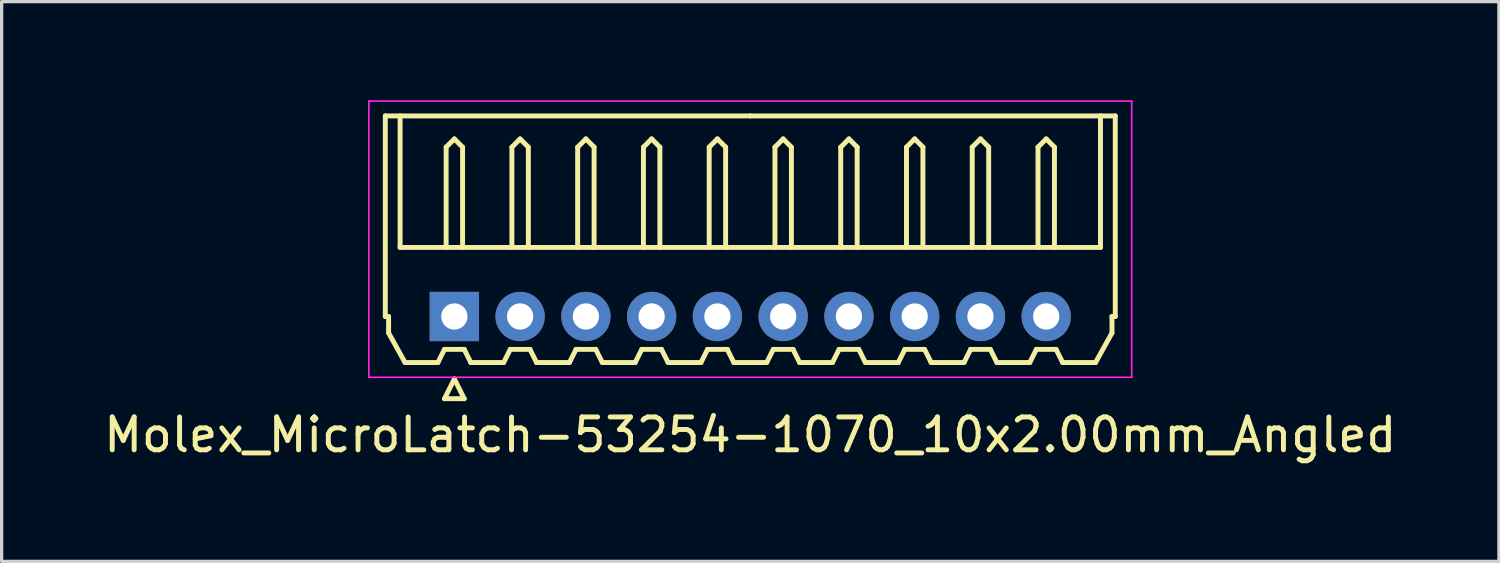
<source format=kicad_pcb>
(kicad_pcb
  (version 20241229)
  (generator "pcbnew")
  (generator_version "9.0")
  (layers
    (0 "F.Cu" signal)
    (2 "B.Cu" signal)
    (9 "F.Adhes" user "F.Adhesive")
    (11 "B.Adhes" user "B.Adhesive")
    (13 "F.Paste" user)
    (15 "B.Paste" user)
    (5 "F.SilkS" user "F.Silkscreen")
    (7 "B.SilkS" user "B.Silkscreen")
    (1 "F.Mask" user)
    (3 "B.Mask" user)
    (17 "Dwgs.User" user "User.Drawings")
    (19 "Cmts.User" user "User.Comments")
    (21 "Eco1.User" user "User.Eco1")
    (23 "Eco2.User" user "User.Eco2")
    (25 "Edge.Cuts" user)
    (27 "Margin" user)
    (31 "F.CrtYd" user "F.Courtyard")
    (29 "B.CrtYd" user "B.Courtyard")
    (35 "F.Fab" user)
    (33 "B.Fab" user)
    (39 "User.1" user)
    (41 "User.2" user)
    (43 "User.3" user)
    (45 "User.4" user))
  (footprint "Molex_MicroLatch-53254-1070_10x2.00mm_Angled"
    (layer "F.Cu")
    (at 10.768 6.575)
    (property "Reference" "Molex_MicroLatch-53254-1070_10x2.00mm_Angled" (at 9 3.6 0) (layer "F.SilkS") (effects (font (size 1 1) (thickness 0.15))))
    (attr through_hole)
    (fp_line (start -2.1 -6.1) (end 9 -6.1) (stroke (width 0.15) (type solid)) (layer "F.SilkS"))
    (fp_line (start -2.1 0) (end -2.1 -6.1) (stroke (width 0.15) (type solid)) (layer "F.SilkS"))
    (fp_line (start -2 0) (end -2.1 0) (stroke (width 0.15) (type solid)) (layer "F.SilkS"))
    (fp_line (start -2 0.5) (end -2 0) (stroke (width 0.15) (type solid)) (layer "F.SilkS"))
    (fp_line (start -1.65 -6.1) (end -1.65 -2.1) (stroke (width 0.15) (type solid)) (layer "F.SilkS"))
    (fp_line (start -1.65 -2.1) (end 19.65 -2.1) (stroke (width 0.15) (type solid)) (layer "F.SilkS"))
    (fp_line (start -1.5 1.4) (end -2 0.5) (stroke (width 0.15) (type solid)) (layer "F.SilkS"))
    (fp_line (start -0.5 1.4) (end -1.5 1.4) (stroke (width 0.15) (type solid)) (layer "F.SilkS"))
    (fp_line (start -0.3 1) (end -0.5 1.4) (stroke (width 0.15) (type solid)) (layer "F.SilkS"))
    (fp_line (start -0.3 1) (end 0.3 1) (stroke (width 0.15) (type solid)) (layer "F.SilkS"))
    (fp_line (start -0.3 2.5) (end 0.3 2.5) (stroke (width 0.15) (type solid)) (layer "F.SilkS"))
    (fp_line (start -0.25 -5.15) (end 0 -5.4) (stroke (width 0.15) (type solid)) (layer "F.SilkS"))
    (fp_line (start -0.25 -2.1) (end -0.25 -5.15) (stroke (width 0.15) (type solid)) (layer "F.SilkS"))
    (fp_line (start 0 -5.4) (end 0.25 -5.15) (stroke (width 0.15) (type solid)) (layer "F.SilkS"))
    (fp_line (start 0 1.9) (end -0.3 2.5) (stroke (width 0.15) (type solid)) (layer "F.SilkS"))
    (fp_line (start 0.25 -5.15) (end 0.25 -2.1) (stroke (width 0.15) (type solid)) (layer "F.SilkS"))
    (fp_line (start 0.3 1) (end 0.5 1.4) (stroke (width 0.15) (type solid)) (layer "F.SilkS"))
    (fp_line (start 0.3 2.5) (end 0 1.9) (stroke (width 0.15) (type solid)) (layer "F.SilkS"))
    (fp_line (start 0.5 1.4) (end 1.5 1.4) (stroke (width 0.15) (type solid)) (layer "F.SilkS"))
    (fp_line (start 1.5 1.4) (end 1.7 1) (stroke (width 0.15) (type solid)) (layer "F.SilkS"))
    (fp_line (start 1.7 1) (end 2.3 1) (stroke (width 0.15) (type solid)) (layer "F.SilkS"))
    (fp_line (start 1.75 -5.15) (end 2 -5.4) (stroke (width 0.15) (type solid)) (layer "F.SilkS"))
    (fp_line (start 1.75 -2.1) (end 1.75 -5.15) (stroke (width 0.15) (type solid)) (layer "F.SilkS"))
    (fp_line (start 2 -5.4) (end 2.25 -5.15) (stroke (width 0.15) (type solid)) (layer "F.SilkS"))
    (fp_line (start 2.25 -5.15) (end 2.25 -2.1) (stroke (width 0.15) (type solid)) (layer "F.SilkS"))
    (fp_line (start 2.3 1) (end 2.5 1.4) (stroke (width 0.15) (type solid)) (layer "F.SilkS"))
    (fp_line (start 2.5 1.4) (end 3.5 1.4) (stroke (width 0.15) (type solid)) (layer "F.SilkS"))
    (fp_line (start 3.5 1.4) (end 3.7 1) (stroke (width 0.15) (type solid)) (layer "F.SilkS"))
    (fp_line (start 3.7 1) (end 4.3 1) (stroke (width 0.15) (type solid)) (layer "F.SilkS"))
    (fp_line (start 3.75 -5.15) (end 4 -5.4) (stroke (width 0.15) (type solid)) (layer "F.SilkS"))
    (fp_line (start 3.75 -2.1) (end 3.75 -5.15) (stroke (width 0.15) (type solid)) (layer "F.SilkS"))
    (fp_line (start 4 -5.4) (end 4.25 -5.15) (stroke (width 0.15) (type solid)) (layer "F.SilkS"))
    (fp_line (start 4.25 -5.15) (end 4.25 -2.1) (stroke (width 0.15) (type solid)) (layer "F.SilkS"))
    (fp_line (start 4.3 1) (end 4.5 1.4) (stroke (width 0.15) (type solid)) (layer "F.SilkS"))
    (fp_line (start 4.5 1.4) (end 5.5 1.4) (stroke (width 0.15) (type solid)) (layer "F.SilkS"))
    (fp_line (start 5.5 1.4) (end 5.7 1) (stroke (width 0.15) (type solid)) (layer "F.SilkS"))
    (fp_line (start 5.7 1) (end 6.3 1) (stroke (width 0.15) (type solid)) (layer "F.SilkS"))
    (fp_line (start 5.75 -5.15) (end 6 -5.4) (stroke (width 0.15) (type solid)) (layer "F.SilkS"))
    (fp_line (start 5.75 -2.1) (end 5.75 -5.15) (stroke (width 0.15) (type solid)) (layer "F.SilkS"))
    (fp_line (start 6 -5.4) (end 6.25 -5.15) (stroke (width 0.15) (type solid)) (layer "F.SilkS"))
    (fp_line (start 6.25 -5.15) (end 6.25 -2.1) (stroke (width 0.15) (type solid)) (layer "F.SilkS"))
    (fp_line (start 6.3 1) (end 6.5 1.4) (stroke (width 0.15) (type solid)) (layer "F.SilkS"))
    (fp_line (start 6.5 1.4) (end 7.5 1.4) (stroke (width 0.15) (type solid)) (layer "F.SilkS"))
    (fp_line (start 7.5 1.4) (end 7.7 1) (stroke (width 0.15) (type solid)) (layer "F.SilkS"))
    (fp_line (start 7.7 1) (end 8.3 1) (stroke (width 0.15) (type solid)) (layer "F.SilkS"))
    (fp_line (start 7.75 -5.15) (end 8 -5.4) (stroke (width 0.15) (type solid)) (layer "F.SilkS"))
    (fp_line (start 7.75 -2.1) (end 7.75 -5.15) (stroke (width 0.15) (type solid)) (layer "F.SilkS"))
    (fp_line (start 8 -5.4) (end 8.25 -5.15) (stroke (width 0.15) (type solid)) (layer "F.SilkS"))
    (fp_line (start 8.25 -5.15) (end 8.25 -2.1) (stroke (width 0.15) (type solid)) (layer "F.SilkS"))
    (fp_line (start 8.3 1) (end 8.5 1.4) (stroke (width 0.15) (type solid)) (layer "F.SilkS"))
    (fp_line (start 8.5 1.4) (end 9.5 1.4) (stroke (width 0.15) (type solid)) (layer "F.SilkS"))
    (fp_line (start 9.5 1.4) (end 9.7 1) (stroke (width 0.15) (type solid)) (layer "F.SilkS"))
    (fp_line (start 9.7 1) (end 10.3 1) (stroke (width 0.15) (type solid)) (layer "F.SilkS"))
    (fp_line (start 9.75 -5.15) (end 10 -5.4) (stroke (width 0.15) (type solid)) (layer "F.SilkS"))
    (fp_line (start 9.75 -2.1) (end 9.75 -5.15) (stroke (width 0.15) (type solid)) (layer "F.SilkS"))
    (fp_line (start 10 -5.4) (end 10.25 -5.15) (stroke (width 0.15) (type solid)) (layer "F.SilkS"))
    (fp_line (start 10.25 -5.15) (end 10.25 -2.1) (stroke (width 0.15) (type solid)) (layer "F.SilkS"))
    (fp_line (start 10.3 1) (end 10.5 1.4) (stroke (width 0.15) (type solid)) (layer "F.SilkS"))
    (fp_line (start 10.5 1.4) (end 11.5 1.4) (stroke (width 0.15) (type solid)) (layer "F.SilkS"))
    (fp_line (start 11.5 1.4) (end 11.7 1) (stroke (width 0.15) (type solid)) (layer "F.SilkS"))
    (fp_line (start 11.7 1) (end 12.3 1) (stroke (width 0.15) (type solid)) (layer "F.SilkS"))
    (fp_line (start 11.75 -5.15) (end 12 -5.4) (stroke (width 0.15) (type solid)) (layer "F.SilkS"))
    (fp_line (start 11.75 -2.1) (end 11.75 -5.15) (stroke (width 0.15) (type solid)) (layer "F.SilkS"))
    (fp_line (start 12 -5.4) (end 12.25 -5.15) (stroke (width 0.15) (type solid)) (layer "F.SilkS"))
    (fp_line (start 12.25 -5.15) (end 12.25 -2.1) (stroke (width 0.15) (type solid)) (layer "F.SilkS"))
    (fp_line (start 12.3 1) (end 12.5 1.4) (stroke (width 0.15) (type solid)) (layer "F.SilkS"))
    (fp_line (start 12.5 1.4) (end 13.5 1.4) (stroke (width 0.15) (type solid)) (layer "F.SilkS"))
    (fp_line (start 13.5 1.4) (end 13.7 1) (stroke (width 0.15) (type solid)) (layer "F.SilkS"))
    (fp_line (start 13.7 1) (end 14.3 1) (stroke (width 0.15) (type solid)) (layer "F.SilkS"))
    (fp_line (start 13.75 -5.15) (end 14 -5.4) (stroke (width 0.15) (type solid)) (layer "F.SilkS"))
    (fp_line (start 13.75 -2.1) (end 13.75 -5.15) (stroke (width 0.15) (type solid)) (layer "F.SilkS"))
    (fp_line (start 14 -5.4) (end 14.25 -5.15) (stroke (width 0.15) (type solid)) (layer "F.SilkS"))
    (fp_line (start 14.25 -5.15) (end 14.25 -2.1) (stroke (width 0.15) (type solid)) (layer "F.SilkS"))
    (fp_line (start 14.3 1) (end 14.5 1.4) (stroke (width 0.15) (type solid)) (layer "F.SilkS"))
    (fp_line (start 14.5 1.4) (end 15.5 1.4) (stroke (width 0.15) (type solid)) (layer "F.SilkS"))
    (fp_line (start 15.5 1.4) (end 15.7 1) (stroke (width 0.15) (type solid)) (layer "F.SilkS"))
    (fp_line (start 15.7 1) (end 16.3 1) (stroke (width 0.15) (type solid)) (layer "F.SilkS"))
    (fp_line (start 15.75 -5.15) (end 16 -5.4) (stroke (width 0.15) (type solid)) (layer "F.SilkS"))
    (fp_line (start 15.75 -2.1) (end 15.75 -5.15) (stroke (width 0.15) (type solid)) (layer "F.SilkS"))
    (fp_line (start 16 -5.4) (end 16.25 -5.15) (stroke (width 0.15) (type solid)) (layer "F.SilkS"))
    (fp_line (start 16.25 -5.15) (end 16.25 -2.1) (stroke (width 0.15) (type solid)) (layer "F.SilkS"))
    (fp_line (start 16.3 1) (end 16.5 1.4) (stroke (width 0.15) (type solid)) (layer "F.SilkS"))
    (fp_line (start 16.5 1.4) (end 17.5 1.4) (stroke (width 0.15) (type solid)) (layer "F.SilkS"))
    (fp_line (start 17.5 1.4) (end 17.7 1) (stroke (width 0.15) (type solid)) (layer "F.SilkS"))
    (fp_line (start 17.7 1) (end 18.3 1) (stroke (width 0.15) (type solid)) (layer "F.SilkS"))
    (fp_line (start 17.75 -5.15) (end 18 -5.4) (stroke (width 0.15) (type solid)) (layer "F.SilkS"))
    (fp_line (start 17.75 -2.1) (end 17.75 -5.15) (stroke (width 0.15) (type solid)) (layer "F.SilkS"))
    (fp_line (start 18 -5.4) (end 18.25 -5.15) (stroke (width 0.15) (type solid)) (layer "F.SilkS"))
    (fp_line (start 18.25 -5.15) (end 18.25 -2.1) (stroke (width 0.15) (type solid)) (layer "F.SilkS"))
    (fp_line (start 18.3 1) (end 18.5 1.4) (stroke (width 0.15) (type solid)) (layer "F.SilkS"))
    (fp_line (start 18.5 1.4) (end 19.5 1.4) (stroke (width 0.15) (type solid)) (layer "F.SilkS"))
    (fp_line (start 19.5 1.4) (end 20 0.5) (stroke (width 0.15) (type solid)) (layer "F.SilkS"))
    (fp_line (start 19.65 -2.1) (end 19.65 -6.1) (stroke (width 0.15) (type solid)) (layer "F.SilkS"))
    (fp_line (start 20 0) (end 20.1 0) (stroke (width 0.15) (type solid)) (layer "F.SilkS"))
    (fp_line (start 20 0.5) (end 20 0) (stroke (width 0.15) (type solid)) (layer "F.SilkS"))
    (fp_line (start 20.1 -6.1) (end 9 -6.1) (stroke (width 0.15) (type solid)) (layer "F.SilkS"))
    (fp_line (start 20.1 0) (end 20.1 -6.1) (stroke (width 0.15) (type solid)) (layer "F.SilkS"))
    (fp_line (start -2.6 -6.55) (end -2.6 1.85) (stroke (width 0.05) (type solid)) (layer "F.CrtYd"))
    (fp_line (start -2.6 1.85) (end 20.6 1.85) (stroke (width 0.05) (type solid)) (layer "F.CrtYd"))
    (fp_line (start 20.6 -6.55) (end -2.6 -6.55) (stroke (width 0.05) (type solid)) (layer "F.CrtYd"))
    (fp_line (start 20.6 1.85) (end 20.6 -6.55) (stroke (width 0.05) (type solid)) (layer "F.CrtYd"))
    (pad "1" thru_hole rect (at 0 0) (size 1.5 1.5) (drill 0.8) (layers "*.Cu" "*.Mask"))
    (pad "2" thru_hole circle (at 2 0) (size 1.5 1.5) (drill 0.8) (layers "*.Cu" "*.Mask"))
    (pad "3" thru_hole circle (at 4 0) (size 1.5 1.5) (drill 0.8) (layers "*.Cu" "*.Mask"))
    (pad "4" thru_hole circle (at 6 0) (size 1.5 1.5) (drill 0.8) (layers "*.Cu" "*.Mask"))
    (pad "5" thru_hole circle (at 8 0) (size 1.5 1.5) (drill 0.8) (layers "*.Cu" "*.Mask"))
    (pad "6" thru_hole circle (at 10 0) (size 1.5 1.5) (drill 0.8) (layers "*.Cu" "*.Mask"))
    (pad "7" thru_hole circle (at 12 0) (size 1.5 1.5) (drill 0.8) (layers "*.Cu" "*.Mask"))
    (pad "8" thru_hole circle (at 14 0) (size 1.5 1.5) (drill 0.8) (layers "*.Cu" "*.Mask"))
    (pad "9" thru_hole circle (at 16 0) (size 1.5 1.5) (drill 0.8) (layers "*.Cu" "*.Mask"))
    (pad "10" thru_hole circle (at 18 0) (size 1.5 1.5) (drill 0.8) (layers "*.Cu" "*.Mask")))
  (gr_rect
    (start -3 -3)
    (end 42.536 14.023)
    (stroke (width 0.1) (type default))
    (fill no)
    (layer "Edge.Cuts")))
</source>
